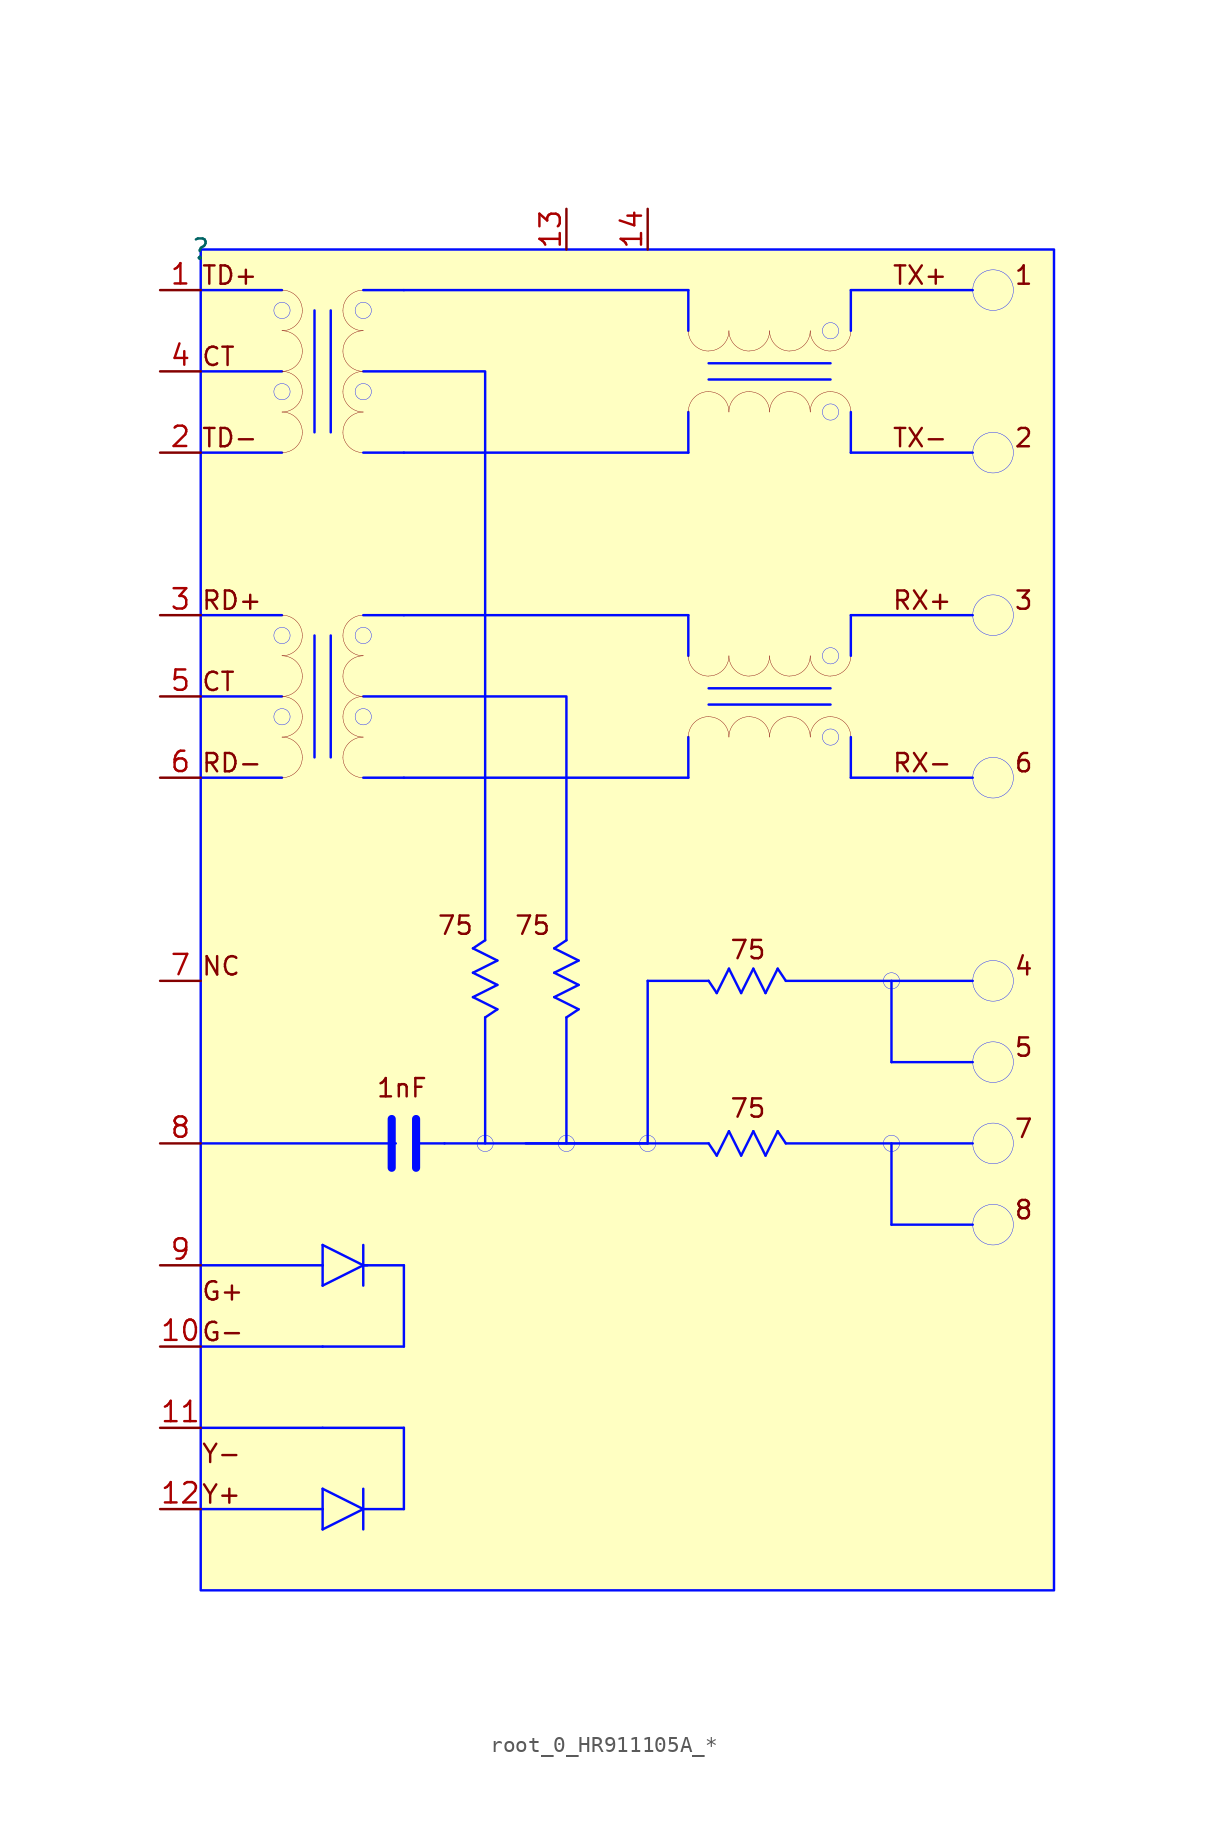
<source format=kicad_sym>
(kicad_symbol_lib
  (version 20241209)
  (generator "kicad_symbol_editor")
  (generator_version "9.0")
  (symbol "root_0_HR911105A_*"
    (pin_names
      (hide yes))
    (property "Reference" ""
      (at 0 0 0)
      (effects (font (size 1.27 1.27))))
    (property "Value" ""
      (at 0 0 0)
      (effects (font (size 1.27 1.27))))
    (symbol "root_0_HR911105A_*_1_0"
      (polyline (pts (xy 0 -2.54) (xy 5.08 -2.54)) (stroke (width 0) (type solid) (color 0 11 255 1)) (fill (type none)))
      (polyline (pts (xy 0 -7.62) (xy 5.08 -7.62)) (stroke (width 0) (type solid) (color 0 11 255 1)) (fill (type none)))
      (polyline (pts (xy 0 -12.7) (xy 5.08 -12.7)) (stroke (width 0) (type solid) (color 0 11 255 1)) (fill (type none)))
      (polyline (pts (xy 0 -22.86) (xy 5.08 -22.86)) (stroke (width 0) (type solid) (color 0 11 255 1)) (fill (type none)))
      (polyline (pts (xy 0 -27.94) (xy 5.08 -27.94)) (stroke (width 0) (type solid) (color 0 11 255 1)) (fill (type none)))
      (polyline (pts (xy 0 -33.02) (xy 5.08 -33.02)) (stroke (width 0) (type solid) (color 0 11 255 1)) (fill (type none)))
      (polyline (pts (xy 0 -63.5) (xy 7.62 -63.5)) (stroke (width 0) (type solid) (color 0 11 255 1)) (fill (type none)))
      (polyline (pts (xy 0 -68.58) (xy 7.62 -68.58)) (stroke (width 0) (type solid) (color 0 11 255 1)) (fill (type none)))
      (polyline (pts (xy 0 -73.66) (xy 7.62 -73.66)) (stroke (width 0) (type solid) (color 0 11 255 1)) (fill (type none)))
      (polyline (pts (xy 0 -78.74) (xy 7.62 -78.74)) (stroke (width 0) (type solid) (color 0 11 255 1)) (fill (type none)))
      (arc (start 5.08 -2.54) (mid 5.978 -2.912) (end 6.35 -3.81) (stroke (width 0.0254) (type solid)) (fill (type none)))
      (circle (center 5.08 -3.81) (radius 0.508) (stroke (width 0.025) (type solid) (color 0 11 255 1)) (fill (type color) (color 0 0 255 1)))
      (arc (start 6.35 -3.81) (mid 5.978 -4.708) (end 5.08 -5.08) (stroke (width 0.0254) (type solid)) (fill (type none)))
      (arc (start 5.08 -5.08) (mid 5.978 -5.452) (end 6.35 -6.35) (stroke (width 0.0254) (type solid)) (fill (type none)))
      (arc (start 6.35 -6.35) (mid 5.978 -7.248) (end 5.08 -7.62) (stroke (width 0.0254) (type solid)) (fill (type none)))
      (arc (start 5.08 -7.62) (mid 5.978 -7.992) (end 6.35 -8.89) (stroke (width 0.0254) (type solid)) (fill (type none)))
      (circle (center 5.08 -8.89) (radius 0.508) (stroke (width 0.025) (type solid) (color 0 11 255 1)) (fill (type color) (color 0 0 255 1)))
      (arc (start 6.35 -8.89) (mid 5.978 -9.788) (end 5.08 -10.16) (stroke (width 0.0254) (type solid)) (fill (type none)))
      (arc (start 5.08 -10.16) (mid 5.978 -10.532) (end 6.35 -11.43) (stroke (width 0.0254) (type solid)) (fill (type none)))
      (arc (start 6.35 -11.43) (mid 5.978 -12.328) (end 5.08 -12.7) (stroke (width 0.0254) (type solid)) (fill (type none)))
      (arc (start 5.08 -22.86) (mid 5.978 -23.232) (end 6.35 -24.13) (stroke (width 0.0254) (type solid)) (fill (type none)))
      (circle (center 5.08 -24.13) (radius 0.508) (stroke (width 0.025) (type solid) (color 0 11 255 1)) (fill (type color) (color 0 0 255 1)))
      (arc (start 6.35 -24.13) (mid 5.978 -25.028) (end 5.08 -25.4) (stroke (width 0.0254) (type solid)) (fill (type none)))
      (arc (start 5.08 -25.4) (mid 5.978 -25.772) (end 6.35 -26.67) (stroke (width 0.0254) (type solid)) (fill (type none)))
      (arc (start 6.35 -26.67) (mid 5.978 -27.568) (end 5.08 -27.94) (stroke (width 0.0254) (type solid)) (fill (type none)))
      (arc (start 5.08 -27.94) (mid 5.978 -28.312) (end 6.35 -29.21) (stroke (width 0.0254) (type solid)) (fill (type none)))
      (circle (center 5.08 -29.21) (radius 0.508) (stroke (width 0.025) (type solid) (color 0 11 255 1)) (fill (type color) (color 0 0 255 1)))
      (arc (start 6.35 -29.21) (mid 5.978 -30.108) (end 5.08 -30.48) (stroke (width 0.0254) (type solid)) (fill (type none)))
      (arc (start 5.08 -30.48) (mid 5.978 -30.852) (end 6.35 -31.75) (stroke (width 0.0254) (type solid)) (fill (type none)))
      (arc (start 6.35 -31.75) (mid 5.978 -32.648) (end 5.08 -33.02) (stroke (width 0.0254) (type solid)) (fill (type none)))
      (polyline (pts (xy 7.112 -3.81) (xy 7.112 -11.43)) (stroke (width 0) (type solid) (color 0 11 255 1)) (fill (type none)))
      (polyline (pts (xy 7.112 -24.13) (xy 7.112 -31.75)) (stroke (width 0) (type solid) (color 0 11 255 1)) (fill (type none)))
      (polyline (pts (xy 7.62 -62.23) (xy 7.62 -63.5)) (stroke (width 0) (type solid) (color 0 11 255 1)) (fill (type none)))
      (polyline (pts (xy 7.62 -62.23) (xy 10.16 -63.5)) (stroke (width 0) (type solid) (color 0 11 255 1)) (fill (type none)))
      (polyline (pts (xy 7.62 -64.77) (xy 7.62 -63.5)) (stroke (width 0) (type solid) (color 0 11 255 1)) (fill (type none)))
      (polyline (pts (xy 7.62 -64.77) (xy 10.16 -63.5)) (stroke (width 0) (type solid) (color 0 11 255 1)) (fill (type none)))
      (polyline (pts (xy 7.62 -68.58) (xy 12.7 -68.58)) (stroke (width 0) (type solid) (color 0 11 255 1)) (fill (type none)))
      (polyline (pts (xy 7.62 -73.66) (xy 12.7 -73.66)) (stroke (width 0) (type solid) (color 0 11 255 1)) (fill (type none)))
      (polyline (pts (xy 7.62 -77.47) (xy 7.62 -78.74)) (stroke (width 0) (type solid) (color 0 11 255 1)) (fill (type none)))
      (polyline (pts (xy 7.62 -77.47) (xy 10.16 -78.74)) (stroke (width 0) (type solid) (color 0 11 255 1)) (fill (type none)))
      (polyline (pts (xy 7.62 -80.01) (xy 7.62 -78.74)) (stroke (width 0) (type solid) (color 0 11 255 1)) (fill (type none)))
      (polyline (pts (xy 7.62 -80.01) (xy 10.16 -78.74)) (stroke (width 0) (type solid) (color 0 11 255 1)) (fill (type none)))
      (polyline (pts (xy 8.128 -3.81) (xy 8.128 -11.43)) (stroke (width 0) (type solid) (color 0 11 255 1)) (fill (type none)))
      (polyline (pts (xy 8.128 -24.13) (xy 8.128 -31.75)) (stroke (width 0) (type solid) (color 0 11 255 1)) (fill (type none)))
      (arc (start 8.89 -3.81) (mid 9.262 -2.912) (end 10.16 -2.54) (stroke (width 0.0254) (type solid)) (fill (type none)))
      (circle (center 10.16 -3.81) (radius 0.508) (stroke (width 0.025) (type solid) (color 0 11 255 1)) (fill (type color) (color 0 0 255 1)))
      (arc (start 10.16 -5.08) (mid 9.262 -4.708) (end 8.89 -3.81) (stroke (width 0.0254) (type solid)) (fill (type none)))
      (arc (start 8.89 -6.35) (mid 9.262 -5.452) (end 10.16 -5.08) (stroke (width 0.0254) (type solid)) (fill (type none)))
      (arc (start 10.16 -7.62) (mid 9.262 -7.248) (end 8.89 -6.35) (stroke (width 0.0254) (type solid)) (fill (type none)))
      (polyline (pts (xy 10.16 -7.62) (xy 10.16 -7.62) (xy 17.78 -7.62) (xy 17.78 -43.18)) (stroke (width 0) (type solid) (color 0 11 255 1)) (fill (type none)))
      (arc (start 8.89 -8.89) (mid 9.262 -7.992) (end 10.16 -7.62) (stroke (width 0.0254) (type solid)) (fill (type none)))
      (circle (center 10.16 -8.89) (radius 0.508) (stroke (width 0.025) (type solid) (color 0 11 255 1)) (fill (type color) (color 0 0 255 1)))
      (arc (start 10.16 -10.16) (mid 9.262 -9.788) (end 8.89 -8.89) (stroke (width 0.0254) (type solid)) (fill (type none)))
      (arc (start 8.89 -11.43) (mid 9.262 -10.532) (end 10.16 -10.16) (stroke (width 0.0254) (type solid)) (fill (type none)))
      (arc (start 10.16 -12.7) (mid 9.262 -12.328) (end 8.89 -11.43) (stroke (width 0.0254) (type solid)) (fill (type none)))
      (polyline (pts (xy 10.16 -12.7) (xy 12.7 -12.7)) (stroke (width 0) (type solid) (color 0 11 255 1)) (fill (type none)))
      (arc (start 8.89 -24.13) (mid 9.262 -23.232) (end 10.16 -22.86) (stroke (width 0.0254) (type solid)) (fill (type none)))
      (circle (center 10.16 -24.13) (radius 0.508) (stroke (width 0.025) (type solid) (color 0 11 255 1)) (fill (type color) (color 0 0 255 1)))
      (arc (start 10.16 -25.4) (mid 9.262 -25.028) (end 8.89 -24.13) (stroke (width 0.0254) (type solid)) (fill (type none)))
      (arc (start 8.89 -26.67) (mid 9.262 -25.772) (end 10.16 -25.4) (stroke (width 0.0254) (type solid)) (fill (type none)))
      (arc (start 10.16 -27.94) (mid 9.262 -27.568) (end 8.89 -26.67) (stroke (width 0.0254) (type solid)) (fill (type none)))
      (polyline (pts (xy 10.16 -27.94) (xy 10.16 -27.94) (xy 22.86 -27.94) (xy 22.86 -43.18)) (stroke (width 0) (type solid) (color 0 11 255 1)) (fill (type none)))
      (arc (start 8.89 -29.21) (mid 9.262 -28.312) (end 10.16 -27.94) (stroke (width 0.0254) (type solid)) (fill (type none)))
      (circle (center 10.16 -29.21) (radius 0.508) (stroke (width 0.025) (type solid) (color 0 11 255 1)) (fill (type color) (color 0 0 255 1)))
      (arc (start 10.16 -30.48) (mid 9.262 -30.108) (end 8.89 -29.21) (stroke (width 0.0254) (type solid)) (fill (type none)))
      (arc (start 8.89 -31.75) (mid 9.262 -30.852) (end 10.16 -30.48) (stroke (width 0.0254) (type solid)) (fill (type none)))
      (arc (start 10.16 -33.02) (mid 9.262 -32.648) (end 8.89 -31.75) (stroke (width 0.0254) (type solid)) (fill (type none)))
      (polyline (pts (xy 10.16 -33.02) (xy 12.7 -33.02)) (stroke (width 0) (type solid) (color 0 11 255 1)) (fill (type none)))
      (polyline (pts (xy 10.16 -62.23) (xy 10.16 -64.77)) (stroke (width 0) (type solid) (color 0 11 255 1)) (fill (type none)))
      (polyline (pts (xy 10.16 -63.5) (xy 10.414 -63.5)) (stroke (width 0) (type solid) (color 0 11 255 1)) (fill (type none)))
      (polyline (pts (xy 10.16 -77.47) (xy 10.16 -80.01)) (stroke (width 0) (type solid) (color 0 11 255 1)) (fill (type none)))
      (polyline (pts (xy 10.16 -78.74) (xy 12.7 -78.74)) (stroke (width 0) (type solid) (color 0 11 255 1)) (fill (type none)))
      (polyline (pts (xy 11.938 -54.356) (xy 11.938 -57.404)) (stroke (width 0.508) (type solid) (color 0 11 255 1)) (fill (type none)))
      (polyline (pts (xy 12.192 -55.88) (xy 0 -55.88)) (stroke (width 0) (type solid) (color 0 11 255 1)) (fill (type none)))
      (polyline (pts (xy 12.7 -2.54) (xy 10.16 -2.54)) (stroke (width 0) (type solid) (color 0 11 255 1)) (fill (type none)))
      (polyline (pts (xy 12.7 -22.86) (xy 10.16 -22.86)) (stroke (width 0) (type solid) (color 0 11 255 1)) (fill (type none)))
      (polyline (pts (xy 12.7 -63.5) (xy 10.16 -63.5)) (stroke (width 0) (type solid) (color 0 11 255 1)) (fill (type none)))
      (polyline (pts (xy 12.7 -63.5) (xy 12.7 -68.58)) (stroke (width 0) (type solid) (color 0 11 255 1)) (fill (type none)))
      (polyline (pts (xy 12.7 -78.74) (xy 12.7 -73.66)) (stroke (width 0) (type solid) (color 0 11 255 1)) (fill (type none)))
      (polyline (pts (xy 13.462 -54.356) (xy 13.462 -57.404)) (stroke (width 0.508) (type solid) (color 0 11 255 1)) (fill (type none)))
      (polyline (pts (xy 15.24 -55.88) (xy 13.462 -55.88)) (stroke (width 0) (type solid) (color 0 11 255 1)) (fill (type none)))
      (polyline (pts (xy 17.018 -43.688) (xy 17.78 -43.18)) (stroke (width 0) (type solid) (color 0 11 255 1)) (fill (type none)))
      (polyline (pts (xy 17.018 -43.688) (xy 18.542 -44.45)) (stroke (width 0) (type solid) (color 0 11 255 1)) (fill (type none)))
      (polyline (pts (xy 17.018 -45.212) (xy 18.542 -45.974)) (stroke (width 0) (type solid) (color 0 11 255 1)) (fill (type none)))
      (polyline (pts (xy 17.018 -46.736) (xy 18.542 -47.498)) (stroke (width 0) (type solid) (color 0 11 255 1)) (fill (type none)))
      (polyline (pts (xy 17.78 -48.006) (xy 17.78 -55.88)) (stroke (width 0) (type solid) (color 0 11 255 1)) (fill (type none)))
      (circle (center 17.78 -55.88) (radius 0.508) (stroke (width 0.025) (type solid) (color 0 11 255 1)) (fill (type color) (color 0 0 255 1)))
      (polyline (pts (xy 18.542 -44.45) (xy 17.018 -45.212)) (stroke (width 0) (type solid) (color 0 11 255 1)) (fill (type none)))
      (polyline (pts (xy 18.542 -45.974) (xy 17.018 -46.736)) (stroke (width 0) (type solid) (color 0 11 255 1)) (fill (type none)))
      (polyline (pts (xy 18.542 -47.498) (xy 17.78 -48.006)) (stroke (width 0) (type solid) (color 0 11 255 1)) (fill (type none)))
      (polyline (pts (xy 22.098 -43.688) (xy 22.86 -43.18)) (stroke (width 0) (type solid) (color 0 11 255 1)) (fill (type none)))
      (polyline (pts (xy 22.098 -43.688) (xy 23.622 -44.45)) (stroke (width 0) (type solid) (color 0 11 255 1)) (fill (type none)))
      (polyline (pts (xy 22.098 -45.212) (xy 23.622 -45.974)) (stroke (width 0) (type solid) (color 0 11 255 1)) (fill (type none)))
      (polyline (pts (xy 22.098 -46.736) (xy 23.622 -47.498)) (stroke (width 0) (type solid) (color 0 11 255 1)) (fill (type none)))
      (polyline (pts (xy 22.86 -48.006) (xy 22.86 -55.88)) (stroke (width 0) (type solid) (color 0 11 255 1)) (fill (type none)))
      (circle (center 22.86 -55.88) (radius 0.508) (stroke (width 0.025) (type solid) (color 0 11 255 1)) (fill (type color) (color 0 0 255 1)))
      (polyline (pts (xy 23.622 -44.45) (xy 22.098 -45.212)) (stroke (width 0) (type solid) (color 0 11 255 1)) (fill (type none)))
      (polyline (pts (xy 23.622 -45.974) (xy 22.098 -46.736)) (stroke (width 0) (type solid) (color 0 11 255 1)) (fill (type none)))
      (polyline (pts (xy 23.622 -47.498) (xy 22.86 -48.006)) (stroke (width 0) (type solid) (color 0 11 255 1)) (fill (type none)))
      (polyline (pts (xy 27.94 -45.72) (xy 27.94 -55.88)) (stroke (width 0) (type solid) (color 0 11 255 1)) (fill (type none)))
      (polyline (pts (xy 27.94 -55.88) (xy 15.24 -55.88)) (stroke (width 0) (type solid) (color 0 11 255 1)) (fill (type none)))
      (circle (center 27.94 -55.88) (radius 0.508) (stroke (width 0.025) (type solid) (color 0 11 255 1)) (fill (type color) (color 0 0 255 1)))
      (polyline (pts (xy 30.48 -2.54) (xy 12.7 -2.54)) (stroke (width 0) (type solid) (color 0 11 255 1)) (fill (type none)))
      (polyline (pts (xy 30.48 -2.54) (xy 30.48 -5.08)) (stroke (width 0) (type solid) (color 0 11 255 1)) (fill (type none)))
      (polyline (pts (xy 30.48 -12.7) (xy 12.7 -12.7)) (stroke (width 0) (type solid) (color 0 11 255 1)) (fill (type none)))
      (polyline (pts (xy 30.48 -12.7) (xy 30.48 -10.16)) (stroke (width 0) (type solid) (color 0 11 255 1)) (fill (type none)))
      (polyline (pts (xy 30.48 -22.86) (xy 12.7 -22.86)) (stroke (width 0) (type solid) (color 0 11 255 1)) (fill (type none)))
      (polyline (pts (xy 30.48 -22.86) (xy 30.48 -25.4)) (stroke (width 0) (type solid) (color 0 11 255 1)) (fill (type none)))
      (polyline (pts (xy 30.48 -33.02) (xy 12.7 -33.02)) (stroke (width 0) (type solid) (color 0 11 255 1)) (fill (type none)))
      (polyline (pts (xy 30.48 -33.02) (xy 30.48 -30.48)) (stroke (width 0) (type solid) (color 0 11 255 1)) (fill (type none)))
      (arc (start 31.75 -6.35) (mid 30.852 -5.978) (end 30.48 -5.08) (stroke (width 0.0254) (type solid)) (fill (type none)))
      (arc (start 33.02 -5.08) (mid 32.648 -5.978) (end 31.75 -6.35) (stroke (width 0.0254) (type solid)) (fill (type none)))
      (polyline (pts (xy 31.75 -7.112) (xy 39.37 -7.112)) (stroke (width 0) (type solid) (color 0 11 255 1)) (fill (type none)))
      (polyline (pts (xy 31.75 -8.128) (xy 39.37 -8.128)) (stroke (width 0) (type solid) (color 0 11 255 1)) (fill (type none)))
      (arc (start 30.48 -10.16) (mid 30.852 -9.262) (end 31.75 -8.89) (stroke (width 0.0254) (type solid)) (fill (type none)))
      (arc (start 31.75 -8.89) (mid 32.648 -9.262) (end 33.02 -10.16) (stroke (width 0.0254) (type solid)) (fill (type none)))
      (arc (start 31.75 -26.67) (mid 30.852 -26.298) (end 30.48 -25.4) (stroke (width 0.0254) (type solid)) (fill (type none)))
      (arc (start 33.02 -25.4) (mid 32.648 -26.298) (end 31.75 -26.67) (stroke (width 0.0254) (type solid)) (fill (type none)))
      (polyline (pts (xy 31.75 -27.432) (xy 39.37 -27.432)) (stroke (width 0) (type solid) (color 0 11 255 1)) (fill (type none)))
      (polyline (pts (xy 31.75 -28.448) (xy 39.37 -28.448)) (stroke (width 0) (type solid) (color 0 11 255 1)) (fill (type none)))
      (arc (start 30.48 -30.48) (mid 30.852 -29.582) (end 31.75 -29.21) (stroke (width 0.0254) (type solid)) (fill (type none)))
      (arc (start 31.75 -29.21) (mid 32.648 -29.582) (end 33.02 -30.48) (stroke (width 0.0254) (type solid)) (fill (type none)))
      (polyline (pts (xy 31.75 -45.72) (xy 27.94 -45.72)) (stroke (width 0) (type solid) (color 0 11 255 1)) (fill (type none)))
      (polyline (pts (xy 31.75 -55.88) (xy 20.32 -55.88)) (stroke (width 0) (type solid) (color 0 11 255 1)) (fill (type none)))
      (polyline (pts (xy 32.258 -46.482) (xy 31.75 -45.72)) (stroke (width 0) (type solid) (color 0 11 255 1)) (fill (type none)))
      (polyline (pts (xy 32.258 -46.482) (xy 33.02 -44.958)) (stroke (width 0) (type solid) (color 0 11 255 1)) (fill (type none)))
      (polyline (pts (xy 32.258 -56.642) (xy 31.75 -55.88)) (stroke (width 0) (type solid) (color 0 11 255 1)) (fill (type none)))
      (polyline (pts (xy 32.258 -56.642) (xy 33.02 -55.118)) (stroke (width 0) (type solid) (color 0 11 255 1)) (fill (type none)))
      (polyline (pts (xy 33.02 -44.958) (xy 33.782 -46.482)) (stroke (width 0) (type solid) (color 0 11 255 1)) (fill (type none)))
      (polyline (pts (xy 33.02 -55.118) (xy 33.782 -56.642)) (stroke (width 0) (type solid) (color 0 11 255 1)) (fill (type none)))
      (polyline (pts (xy 33.782 -46.482) (xy 34.544 -44.958)) (stroke (width 0) (type solid) (color 0 11 255 1)) (fill (type none)))
      (polyline (pts (xy 33.782 -56.642) (xy 34.544 -55.118)) (stroke (width 0) (type solid) (color 0 11 255 1)) (fill (type none)))
      (arc (start 34.29 -6.35) (mid 33.392 -5.978) (end 33.02 -5.08) (stroke (width 0.0254) (type solid)) (fill (type none)))
      (arc (start 35.56 -5.08) (mid 35.188 -5.978) (end 34.29 -6.35) (stroke (width 0.0254) (type solid)) (fill (type none)))
      (arc (start 33.02 -10.16) (mid 33.392 -9.262) (end 34.29 -8.89) (stroke (width 0.0254) (type solid)) (fill (type none)))
      (arc (start 34.29 -8.89) (mid 35.188 -9.262) (end 35.56 -10.16) (stroke (width 0.0254) (type solid)) (fill (type none)))
      (arc (start 34.29 -26.67) (mid 33.392 -26.298) (end 33.02 -25.4) (stroke (width 0.0254) (type solid)) (fill (type none)))
      (arc (start 35.56 -25.4) (mid 35.188 -26.298) (end 34.29 -26.67) (stroke (width 0.0254) (type solid)) (fill (type none)))
      (arc (start 33.02 -30.48) (mid 33.392 -29.582) (end 34.29 -29.21) (stroke (width 0.0254) (type solid)) (fill (type none)))
      (arc (start 34.29 -29.21) (mid 35.188 -29.582) (end 35.56 -30.48) (stroke (width 0.0254) (type solid)) (fill (type none)))
      (polyline (pts (xy 34.544 -44.958) (xy 35.306 -46.482)) (stroke (width 0) (type solid) (color 0 11 255 1)) (fill (type none)))
      (polyline (pts (xy 34.544 -55.118) (xy 35.306 -56.642)) (stroke (width 0) (type solid) (color 0 11 255 1)) (fill (type none)))
      (polyline (pts (xy 35.306 -46.482) (xy 36.068 -44.958)) (stroke (width 0) (type solid) (color 0 11 255 1)) (fill (type none)))
      (polyline (pts (xy 35.306 -56.642) (xy 36.068 -55.118)) (stroke (width 0) (type solid) (color 0 11 255 1)) (fill (type none)))
      (polyline (pts (xy 36.068 -44.958) (xy 36.576 -45.72)) (stroke (width 0) (type solid) (color 0 11 255 1)) (fill (type none)))
      (polyline (pts (xy 36.068 -55.118) (xy 36.576 -55.88)) (stroke (width 0) (type solid) (color 0 11 255 1)) (fill (type none)))
      (polyline (pts (xy 36.576 -45.72) (xy 48.26 -45.72)) (stroke (width 0) (type solid) (color 0 11 255 1)) (fill (type none)))
      (polyline (pts (xy 36.576 -55.88) (xy 48.26 -55.88)) (stroke (width 0) (type solid) (color 0 11 255 1)) (fill (type none)))
      (arc (start 36.83 -6.35) (mid 35.932 -5.978) (end 35.56 -5.08) (stroke (width 0.0254) (type solid)) (fill (type none)))
      (arc (start 38.1 -5.08) (mid 37.728 -5.978) (end 36.83 -6.35) (stroke (width 0.0254) (type solid)) (fill (type none)))
      (arc (start 35.56 -10.16) (mid 35.932 -9.262) (end 36.83 -8.89) (stroke (width 0.0254) (type solid)) (fill (type none)))
      (arc (start 36.83 -8.89) (mid 37.728 -9.262) (end 38.1 -10.16) (stroke (width 0.0254) (type solid)) (fill (type none)))
      (arc (start 36.83 -26.67) (mid 35.932 -26.298) (end 35.56 -25.4) (stroke (width 0.0254) (type solid)) (fill (type none)))
      (arc (start 38.1 -25.4) (mid 37.728 -26.298) (end 36.83 -26.67) (stroke (width 0.0254) (type solid)) (fill (type none)))
      (arc (start 35.56 -30.48) (mid 35.932 -29.582) (end 36.83 -29.21) (stroke (width 0.0254) (type solid)) (fill (type none)))
      (arc (start 36.83 -29.21) (mid 37.728 -29.582) (end 38.1 -30.48) (stroke (width 0.0254) (type solid)) (fill (type none)))
      (circle (center 39.37 -5.08) (radius 0.508) (stroke (width 0.025) (type solid) (color 0 11 255 1)) (fill (type color) (color 0 0 255 1)))
      (arc (start 39.37 -6.35) (mid 38.472 -5.978) (end 38.1 -5.08) (stroke (width 0.0254) (type solid)) (fill (type none)))
      (arc (start 40.64 -5.08) (mid 40.268 -5.978) (end 39.37 -6.35) (stroke (width 0.0254) (type solid)) (fill (type none)))
      (arc (start 38.1 -10.16) (mid 38.472 -9.262) (end 39.37 -8.89) (stroke (width 0.0254) (type solid)) (fill (type none)))
      (arc (start 39.37 -8.89) (mid 40.268 -9.262) (end 40.64 -10.16) (stroke (width 0.0254) (type solid)) (fill (type none)))
      (circle (center 39.37 -10.16) (radius 0.508) (stroke (width 0.025) (type solid) (color 0 11 255 1)) (fill (type color) (color 0 0 255 1)))
      (circle (center 39.37 -25.4) (radius 0.508) (stroke (width 0.025) (type solid) (color 0 11 255 1)) (fill (type color) (color 0 0 255 1)))
      (arc (start 39.37 -26.67) (mid 38.472 -26.298) (end 38.1 -25.4) (stroke (width 0.0254) (type solid)) (fill (type none)))
      (arc (start 40.64 -25.4) (mid 40.268 -26.298) (end 39.37 -26.67) (stroke (width 0.0254) (type solid)) (fill (type none)))
      (arc (start 38.1 -30.48) (mid 38.472 -29.582) (end 39.37 -29.21) (stroke (width 0.0254) (type solid)) (fill (type none)))
      (arc (start 39.37 -29.21) (mid 40.268 -29.582) (end 40.64 -30.48) (stroke (width 0.0254) (type solid)) (fill (type none)))
      (circle (center 39.37 -30.48) (radius 0.508) (stroke (width 0.025) (type solid) (color 0 11 255 1)) (fill (type color) (color 0 0 255 1)))
      (polyline (pts (xy 40.64 -5.08) (xy 40.64 -2.54)) (stroke (width 0) (type solid) (color 0 11 255 1)) (fill (type none)))
      (polyline (pts (xy 40.64 -10.16) (xy 40.64 -12.7)) (stroke (width 0) (type solid) (color 0 11 255 1)) (fill (type none)))
      (polyline (pts (xy 40.64 -25.4) (xy 40.64 -22.86)) (stroke (width 0) (type solid) (color 0 11 255 1)) (fill (type none)))
      (polyline (pts (xy 40.64 -30.48) (xy 40.64 -33.02)) (stroke (width 0) (type solid) (color 0 11 255 1)) (fill (type none)))
      (polyline (pts (xy 43.18 -45.72) (xy 43.18 -50.8)) (stroke (width 0) (type solid) (color 0 11 255 1)) (fill (type none)))
      (circle (center 43.18 -45.72) (radius 0.508) (stroke (width 0.025) (type solid) (color 0 11 255 1)) (fill (type color) (color 0 0 255 1)))
      (polyline (pts (xy 43.18 -50.8) (xy 48.26 -50.8)) (stroke (width 0) (type solid) (color 0 11 255 1)) (fill (type none)))
      (polyline (pts (xy 43.18 -55.88) (xy 43.18 -60.96)) (stroke (width 0) (type solid) (color 0 11 255 1)) (fill (type none)))
      (circle (center 43.18 -55.88) (radius 0.508) (stroke (width 0.025) (type solid) (color 0 11 255 1)) (fill (type color) (color 0 0 255 1)))
      (polyline (pts (xy 43.18 -60.96) (xy 48.26 -60.96)) (stroke (width 0) (type solid) (color 0 11 255 1)) (fill (type none)))
      (polyline (pts (xy 48.26 -2.54) (xy 40.64 -2.54)) (stroke (width 0) (type solid) (color 0 11 255 1)) (fill (type none)))
      (polyline (pts (xy 48.26 -12.7) (xy 40.64 -12.7)) (stroke (width 0) (type solid) (color 0 11 255 1)) (fill (type none)))
      (polyline (pts (xy 48.26 -22.86) (xy 40.64 -22.86)) (stroke (width 0) (type solid) (color 0 11 255 1)) (fill (type none)))
      (polyline (pts (xy 48.26 -33.02) (xy 40.64 -33.02)) (stroke (width 0) (type solid) (color 0 11 255 1)) (fill (type none)))
      (circle (center 49.53 -2.54) (radius 1.27) (stroke (width 0.025) (type solid) (color 0 11 255 1)) (fill (type none)))
      (circle (center 49.53 -12.7) (radius 1.27) (stroke (width 0.025) (type solid) (color 0 11 255 1)) (fill (type none)))
      (circle (center 49.53 -22.86) (radius 1.27) (stroke (width 0.025) (type solid) (color 0 11 255 1)) (fill (type none)))
      (circle (center 49.53 -33.02) (radius 1.27) (stroke (width 0.025) (type solid) (color 0 11 255 1)) (fill (type none)))
      (circle (center 49.53 -45.72) (radius 1.27) (stroke (width 0.025) (type solid) (color 0 11 255 1)) (fill (type none)))
      (circle (center 49.53 -50.8) (radius 1.27) (stroke (width 0.025) (type solid) (color 0 11 255 1)) (fill (type none)))
      (circle (center 49.53 -55.88) (radius 1.27) (stroke (width 0.025) (type solid) (color 0 11 255 1)) (fill (type none)))
      (circle (center 49.53 -60.96) (radius 1.27) (stroke (width 0.025) (type solid) (color 0 11 255 1)) (fill (type none)))
      (rectangle (start 53.34 0) (end 0 -83.82) (stroke (width 0) (type solid) (color 0 11 255 1)) (fill (type background)))
      (text "TD+" (at 0 -2.286 0) (effects (font (size 1.143 1.143)) (justify left bottom)))
      (text "CT" (at 0 -7.366 0) (effects (font (size 1.143 1.143)) (justify left bottom)))
      (text "TD-" (at 0 -12.446 0) (effects (font (size 1.143 1.143)) (justify left bottom)))
      (text "RD+" (at 0 -22.606 0) (effects (font (size 1.143 1.143)) (justify left bottom)))
      (text "CT" (at 0 -27.686 0) (effects (font (size 1.143 1.143)) (justify left bottom)))
      (text "RD-" (at 0 -32.766 0) (effects (font (size 1.143 1.143)) (justify left bottom)))
      (text "NC" (at 0 -45.466 0) (effects (font (size 1.143 1.143)) (justify left bottom)))
      (text "G+" (at 0 -65.786 0) (effects (font (size 1.143 1.143)) (justify left bottom)))
      (text "G-" (at 0 -68.326 0) (effects (font (size 1.143 1.143)) (justify left bottom)))
      (text "Y-" (at 0 -75.946 0) (effects (font (size 1.143 1.143)) (justify left bottom)))
      (text "Y+" (at 0 -78.486 0) (effects (font (size 1.143 1.143)) (justify left bottom)))
      (text "1nF" (at 10.922 -53.086 0) (effects (font (size 1.143 1.143)) (justify left bottom)))
      (text "75" (at 14.732 -42.926 0) (effects (font (size 1.143 1.143)) (justify left bottom)))
      (text "75" (at 19.558 -42.926 0) (effects (font (size 1.143 1.143)) (justify left bottom)))
      (text "75" (at 33.02 -44.45 0) (effects (font (size 1.143 1.143)) (justify left bottom)))
      (text "75" (at 33.02 -54.356 0) (effects (font (size 1.143 1.143)) (justify left bottom)))
      (text "TX+" (at 43.18 -2.286 0) (effects (font (size 1.143 1.143)) (justify left bottom)))
      (text "TX-" (at 43.18 -12.446 0) (effects (font (size 1.143 1.143)) (justify left bottom)))
      (text "RX+" (at 43.18 -22.606 0) (effects (font (size 1.143 1.143)) (justify left bottom)))
      (text "RX-" (at 43.18 -32.766 0) (effects (font (size 1.143 1.143)) (justify left bottom)))
      (text "1" (at 50.8 -2.286 0) (effects (font (size 1.143 1.143)) (justify left bottom)))
      (text "2" (at 50.8 -12.446 0) (effects (font (size 1.143 1.143)) (justify left bottom)))
      (text "3" (at 50.8 -22.606 0) (effects (font (size 1.143 1.143)) (justify left bottom)))
      (text "6" (at 50.8 -32.766 0) (effects (font (size 1.143 1.143)) (justify left bottom)))
      (text "4" (at 50.8 -45.466 0) (effects (font (size 1.143 1.143)) (justify left bottom)))
      (text "5" (at 50.8 -50.546 0) (effects (font (size 1.143 1.143)) (justify left bottom)))
      (text "7" (at 50.8 -55.626 0) (effects (font (size 1.143 1.143)) (justify left bottom)))
      (text "8" (at 50.8 -60.706 0) (effects (font (size 1.143 1.143)) (justify left bottom)))
      (pin passive line (at -2.54 -2.54 0) (length 2.54) (name "P1" (effects (font (size 1.27 1.27)))) (number "1" (effects (font (size 1.27 1.27)))))
      (pin passive line (at -2.54 -7.62 0) (length 2.54) (name "P4" (effects (font (size 1.27 1.27)))) (number "4" (effects (font (size 1.27 1.27)))))
      (pin passive line (at -2.54 -12.7 0) (length 2.54) (name "P2" (effects (font (size 1.27 1.27)))) (number "2" (effects (font (size 1.27 1.27)))))
      (pin passive line (at -2.54 -22.86 0) (length 2.54) (name "P3" (effects (font (size 1.27 1.27)))) (number "3" (effects (font (size 1.27 1.27)))))
      (pin passive line (at -2.54 -27.94 0) (length 2.54) (name "P5" (effects (font (size 1.27 1.27)))) (number "5" (effects (font (size 1.27 1.27)))))
      (pin passive line (at -2.54 -33.02 0) (length 2.54) (name "P6" (effects (font (size 1.27 1.27)))) (number "6" (effects (font (size 1.27 1.27)))))
      (pin passive line (at -2.54 -45.72 0) (length 2.54) (name "P7" (effects (font (size 1.27 1.27)))) (number "7" (effects (font (size 1.27 1.27)))))
      (pin passive line (at -2.54 -55.88 0) (length 2.54) (name "P8" (effects (font (size 1.27 1.27)))) (number "8" (effects (font (size 1.27 1.27)))))
      (pin passive line (at -2.54 -63.5 0) (length 2.54) (name "G+" (effects (font (size 1.27 1.27)))) (number "9" (effects (font (size 1.27 1.27)))))
      (pin passive line (at -2.54 -68.58 0) (length 2.54) (name "G-" (effects (font (size 1.27 1.27)))) (number "10" (effects (font (size 1.27 1.27)))))
      (pin passive line (at -2.54 -73.66 0) (length 2.54) (name "Y-" (effects (font (size 1.27 1.27)))) (number "11" (effects (font (size 1.27 1.27)))))
      (pin passive line (at -2.54 -78.74 0) (length 2.54) (name "Y+" (effects (font (size 1.27 1.27)))) (number "12" (effects (font (size 1.27 1.27)))))
      (pin passive line (at 22.86 2.54 270) (length 2.54) (name "P13" (effects (font (size 1.27 1.27)))) (number "13" (effects (font (size 1.27 1.27)))))
      (pin passive line (at 27.94 2.54 270) (length 2.54) (name "P14" (effects (font (size 1.27 1.27)))) (number "14" (effects (font (size 1.27 1.27))))))))
</source>
